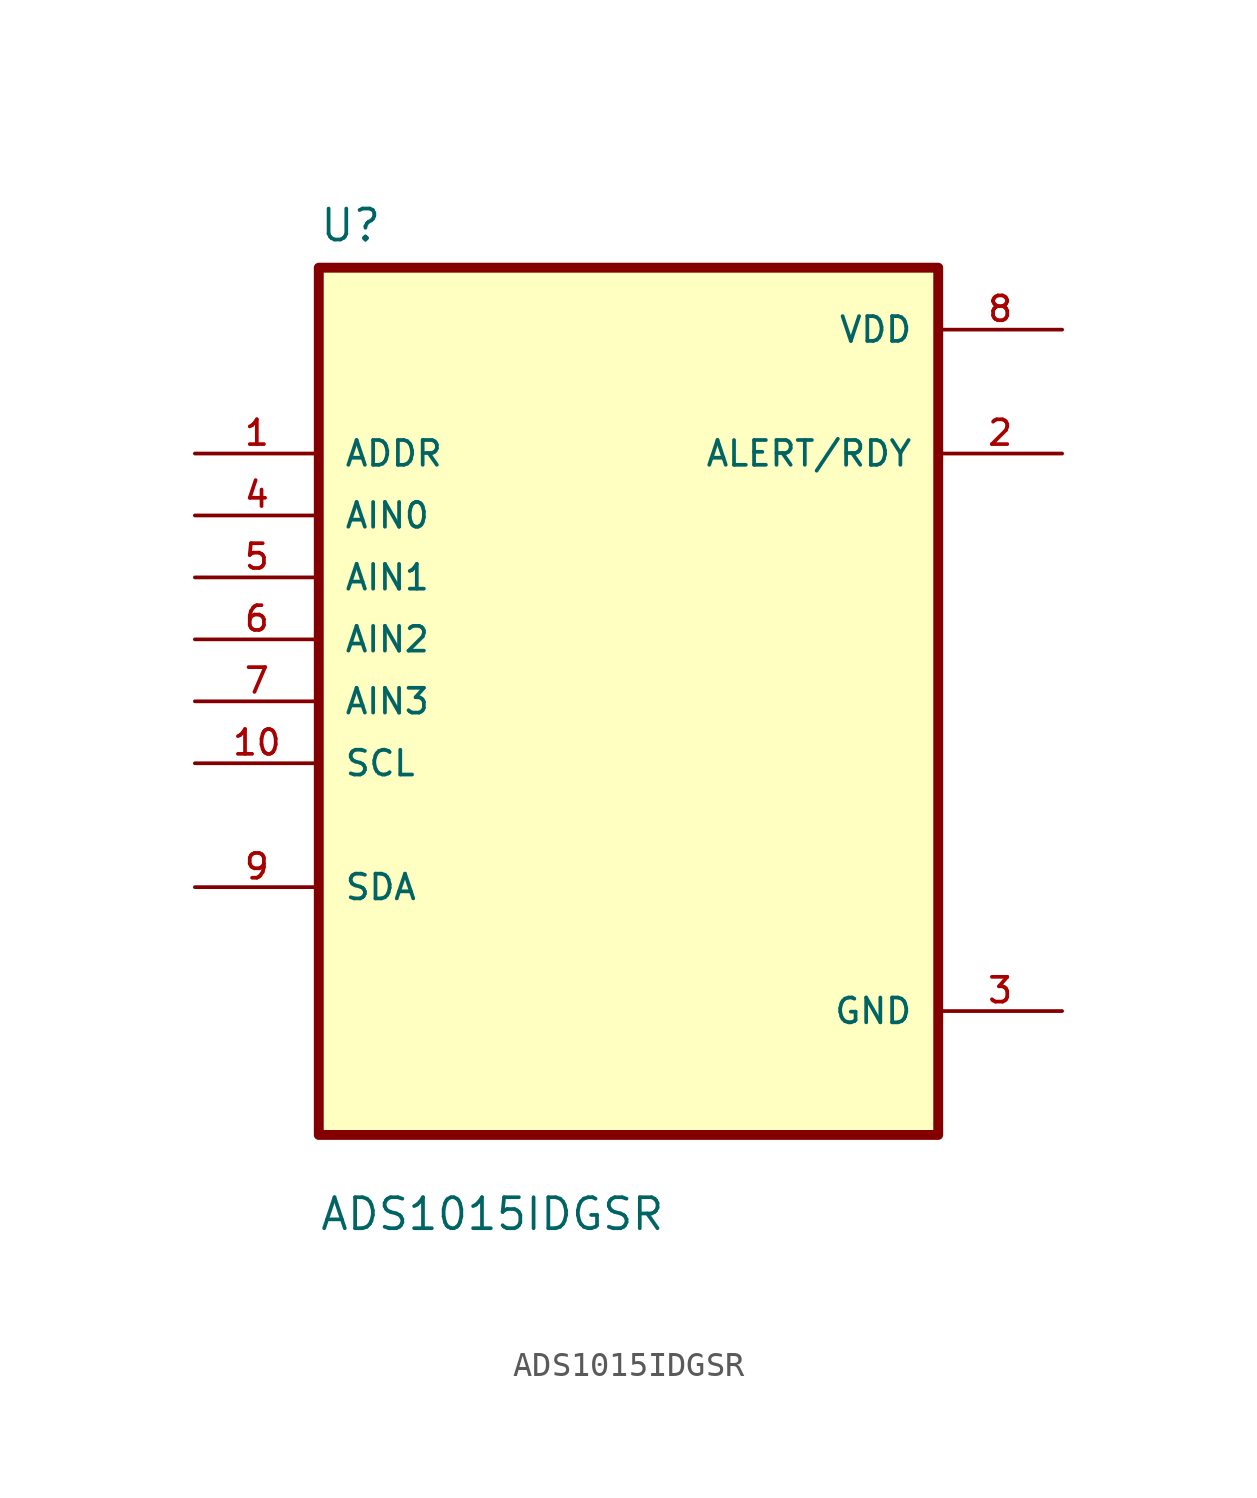
<source format=kicad_sym>
(kicad_symbol_lib
  (version 20211014)
  (generator kicad_symbol_editor)
  (symbol "ADS1015IDGSR"
    (pin_names
      (offset 1.016))
    (property "Reference" "U"
      (at -12.7 18.771 0)
      (effects (font (size 1.27 1.27)) (justify left bottom)))
    (property "Value" "ADS1015IDGSR"
      (at -12.7 -21.768 0)
      (effects (font (size 1.27 1.27)) (justify left bottom)))
    (property "ki_locked" ""
      (at 0 0 0)
      (effects (font (size 1.27 1.27))))
    (symbol "ADS1015IDGSR_0_0"
      (rectangle (start -12.7 -17.78) (end 12.7 17.78) (stroke (width 0.406) (type default) (color 0 0 0 0)) (fill (type background)))
      (pin input line (at -17.78 10.16 0) (length 5.08) (name "ADDR" (effects (font (size 1.016 1.016)))) (number "1" (effects (font (size 1.016 1.016)))))
      (pin input line (at -17.78 -2.54 0) (length 5.08) (name "SCL" (effects (font (size 1.016 1.016)))) (number "10" (effects (font (size 1.016 1.016)))))
      (pin output line (at 17.78 10.16 180) (length 5.08) (name "ALERT/RDY" (effects (font (size 1.016 1.016)))) (number "2" (effects (font (size 1.016 1.016)))))
      (pin power_in line (at 17.78 -12.7 180) (length 5.08) (name "GND" (effects (font (size 1.016 1.016)))) (number "3" (effects (font (size 1.016 1.016)))))
      (pin input line (at -17.78 7.62 0) (length 5.08) (name "AIN0" (effects (font (size 1.016 1.016)))) (number "4" (effects (font (size 1.016 1.016)))))
      (pin input line (at -17.78 5.08 0) (length 5.08) (name "AIN1" (effects (font (size 1.016 1.016)))) (number "5" (effects (font (size 1.016 1.016)))))
      (pin input line (at -17.78 2.54 0) (length 5.08) (name "AIN2" (effects (font (size 1.016 1.016)))) (number "6" (effects (font (size 1.016 1.016)))))
      (pin input line (at -17.78 0 0) (length 5.08) (name "AIN3" (effects (font (size 1.016 1.016)))) (number "7" (effects (font (size 1.016 1.016)))))
      (pin power_in line (at 17.78 15.24 180) (length 5.08) (name "VDD" (effects (font (size 1.016 1.016)))) (number "8" (effects (font (size 1.016 1.016)))))
      (pin bidirectional line (at -17.78 -7.62 0) (length 5.08) (name "SDA" (effects (font (size 1.016 1.016)))) (number "9" (effects (font (size 1.016 1.016))))))))
</source>
